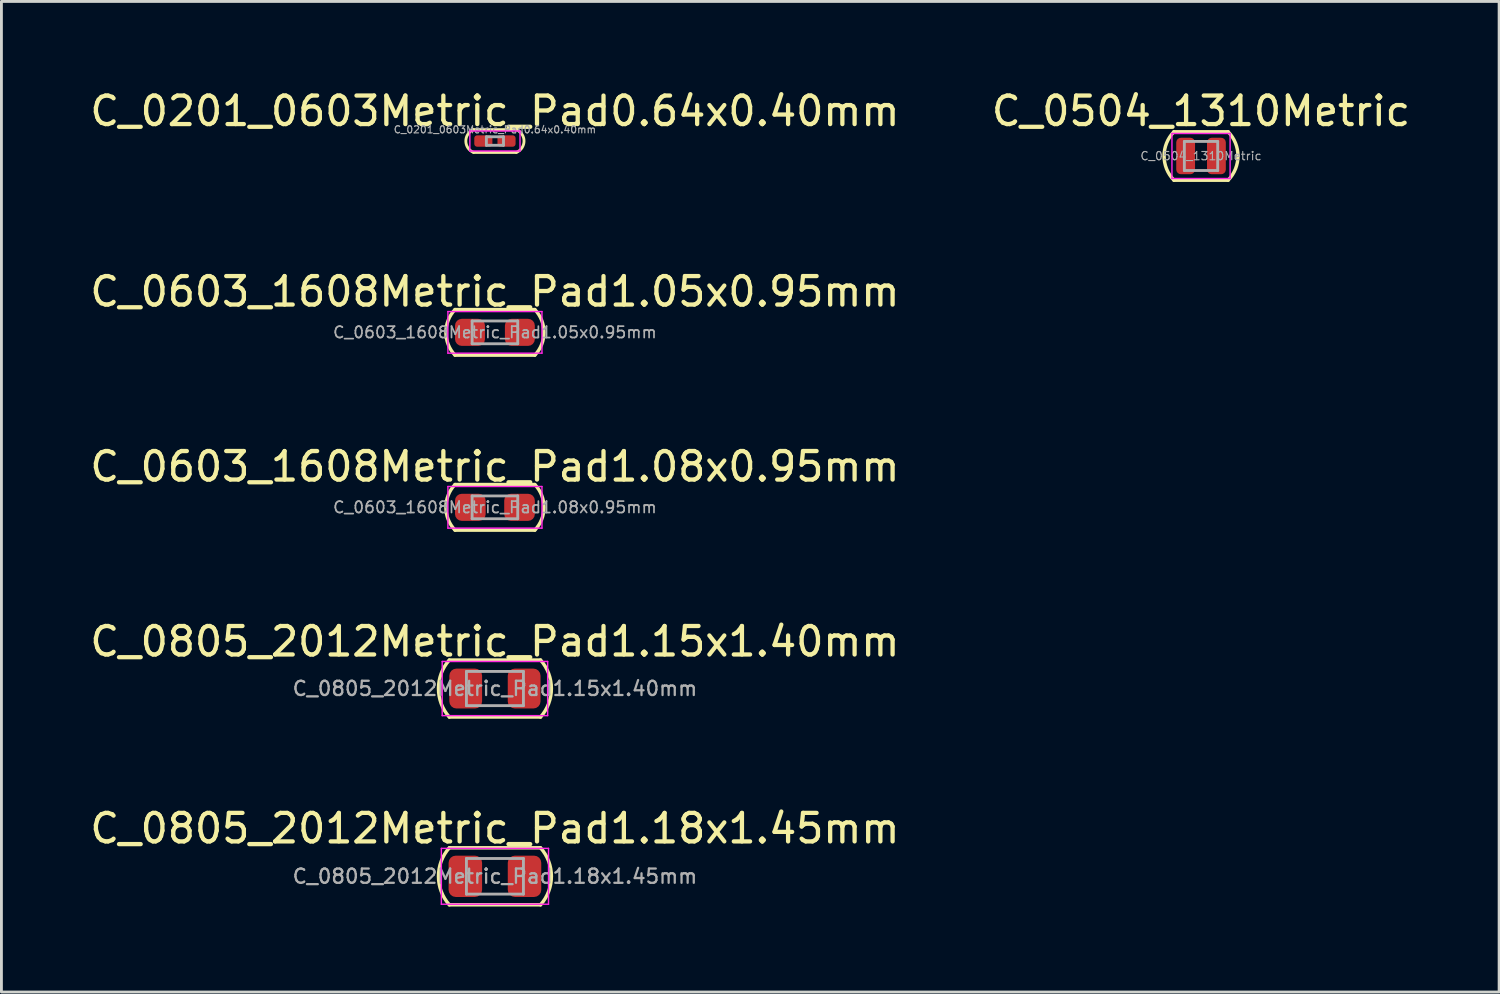
<source format=kicad_pcb>
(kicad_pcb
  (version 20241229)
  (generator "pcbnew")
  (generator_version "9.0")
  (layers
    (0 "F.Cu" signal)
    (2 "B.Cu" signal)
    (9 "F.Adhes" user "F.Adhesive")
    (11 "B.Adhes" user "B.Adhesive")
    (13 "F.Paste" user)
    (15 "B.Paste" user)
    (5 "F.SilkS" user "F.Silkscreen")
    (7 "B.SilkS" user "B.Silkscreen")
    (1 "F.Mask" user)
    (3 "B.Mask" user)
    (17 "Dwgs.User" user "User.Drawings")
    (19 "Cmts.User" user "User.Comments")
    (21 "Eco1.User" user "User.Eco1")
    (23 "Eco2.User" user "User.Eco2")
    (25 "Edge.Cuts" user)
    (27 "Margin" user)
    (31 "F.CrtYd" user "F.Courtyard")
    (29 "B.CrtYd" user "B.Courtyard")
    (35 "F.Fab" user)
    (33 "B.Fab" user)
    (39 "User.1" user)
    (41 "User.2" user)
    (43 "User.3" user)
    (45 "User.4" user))
  (footprint "C_0603_1608Metric_Pad1.05x0.95mm"
    (layer "F.Cu")
    (at 14.315 8.611)
    (property "Reference" "C_0603_1608Metric_Pad1.05x0.95mm" (at 0 -1.43 0) (layer "F.SilkS") (effects (font (size 1 1) (thickness 0.15))))
    (attr smd)
    (fp_line (start -1.4 0.8) (end 1.4 0.8) (stroke (width 0.12) (type solid)) (layer "F.SilkS"))
    (fp_line (start 1.4 -0.8) (end -1.4 -0.8) (stroke (width 0.12) (type solid)) (layer "F.SilkS"))
    (fp_arc (start -1.4 0.800002) (mid -1.719939 0.000001) (end -1.4 -0.8) (stroke (width 0.12) (type solid)) (layer "F.SilkS"))
    (fp_arc (start 1.4 -0.800002) (mid 1.719939 -0.000001) (end 1.4 0.8) (stroke (width 0.12) (type solid)) (layer "F.SilkS"))
    (fp_line (start -1.65 -0.73) (end 1.65 -0.73) (stroke (width 0.05) (type solid)) (layer "F.CrtYd"))
    (fp_line (start -1.65 0.73) (end -1.65 -0.73) (stroke (width 0.05) (type solid)) (layer "F.CrtYd"))
    (fp_line (start 1.65 -0.73) (end 1.65 0.73) (stroke (width 0.05) (type solid)) (layer "F.CrtYd"))
    (fp_line (start 1.65 0.73) (end -1.65 0.73) (stroke (width 0.05) (type solid)) (layer "F.CrtYd"))
    (fp_line (start -0.8 -0.4) (end 0.8 -0.4) (stroke (width 0.1) (type solid)) (layer "F.Fab"))
    (fp_line (start -0.8 0.4) (end -0.8 -0.4) (stroke (width 0.1) (type solid)) (layer "F.Fab"))
    (fp_line (start 0.8 -0.4) (end 0.8 0.4) (stroke (width 0.1) (type solid)) (layer "F.Fab"))
    (fp_line (start 0.8 0.4) (end -0.8 0.4) (stroke (width 0.1) (type solid)) (layer "F.Fab"))
    (fp_text user "${REFERENCE}" (at 0 0 0) (layer "F.Fab") (effects (font (size 0.4 0.4) (thickness 0.06))))
    (pad "1" smd roundrect (at -0.875 0) (size 1.05 0.95) (layers "F.Cu" "F.Mask" "F.Paste") (roundrect_rratio 0.25))
    (pad "2" smd roundrect (at 0.875 0) (size 1.05 0.95) (layers "F.Cu" "F.Mask" "F.Paste") (roundrect_rratio 0.25)))
  (footprint "C_0504_1310Metric"
    (layer "F.Cu")
    (at 39.089 2.423)
    (property "Reference" "C_0504_1310Metric" (at 0 -1.575 0) (layer "F.SilkS") (effects (font (size 1 1) (thickness 0.15))))
    (attr smd)
    (fp_line (start -0.95 0.85) (end 0.95 0.85) (stroke (width 0.12) (type solid)) (layer "F.SilkS"))
    (fp_line (start 0.95 -0.85) (end -0.95 -0.85) (stroke (width 0.12) (type solid)) (layer "F.SilkS"))
    (fp_arc (start -0.95 0.85) (mid -1.29624 0) (end -0.95 -0.85) (stroke (width 0.12) (type solid)) (layer "F.SilkS"))
    (fp_arc (start 0.95 -0.849999) (mid 1.29624 0.000001) (end 0.95 0.85) (stroke (width 0.12) (type solid)) (layer "F.SilkS"))
    (fp_line (start -1.02 -0.79) (end 1.02 -0.79) (stroke (width 0.05) (type solid)) (layer "F.CrtYd"))
    (fp_line (start -1.02 0.79) (end -1.02 -0.79) (stroke (width 0.05) (type solid)) (layer "F.CrtYd"))
    (fp_line (start 1.02 -0.79) (end 1.02 0.79) (stroke (width 0.05) (type solid)) (layer "F.CrtYd"))
    (fp_line (start 1.02 0.79) (end -1.02 0.79) (stroke (width 0.05) (type solid)) (layer "F.CrtYd"))
    (fp_line (start -0.585 -0.51) (end 0.585 -0.51) (stroke (width 0.1) (type solid)) (layer "F.Fab"))
    (fp_line (start -0.585 0.51) (end -0.585 -0.51) (stroke (width 0.1) (type solid)) (layer "F.Fab"))
    (fp_line (start 0.585 -0.51) (end 0.585 0.51) (stroke (width 0.1) (type solid)) (layer "F.Fab"))
    (fp_line (start 0.585 0.51) (end -0.585 0.51) (stroke (width 0.1) (type solid)) (layer "F.Fab"))
    (fp_text user "${REFERENCE}" (at 0 0 0) (layer "F.Fab") (effects (font (size 0.29 0.29) (thickness 0.04))))
    (pad "1" smd roundrect (at -0.54 0) (size 0.66 1.28) (layers "F.Cu" "F.Mask" "F.Paste") (roundrect_rratio 0.25))
    (pad "2" smd roundrect (at 0.54 0) (size 0.66 1.28) (layers "F.Cu" "F.Mask" "F.Paste") (roundrect_rratio 0.25)))
  (footprint "C_0603_1608Metric_Pad1.08x0.95mm"
    (layer "F.Cu")
    (at 14.315 14.75)
    (property "Reference" "C_0603_1608Metric_Pad1.08x0.95mm" (at 0 -1.43 0) (layer "F.SilkS") (effects (font (size 1 1) (thickness 0.15))))
    (attr smd)
    (fp_line (start -1.4 0.8) (end 1.4 0.8) (stroke (width 0.12) (type solid)) (layer "F.SilkS"))
    (fp_line (start 1.4 -0.8) (end -1.4 -0.8) (stroke (width 0.12) (type solid)) (layer "F.SilkS"))
    (fp_arc (start -1.4 0.800002) (mid -1.719939 0.000001) (end -1.4 -0.8) (stroke (width 0.12) (type solid)) (layer "F.SilkS"))
    (fp_arc (start 1.4 -0.800001) (mid 1.719939 0) (end 1.4 0.800001) (stroke (width 0.12) (type solid)) (layer "F.SilkS"))
    (fp_line (start -1.65 -0.73) (end 1.65 -0.73) (stroke (width 0.05) (type solid)) (layer "F.CrtYd"))
    (fp_line (start -1.65 0.73) (end -1.65 -0.73) (stroke (width 0.05) (type solid)) (layer "F.CrtYd"))
    (fp_line (start 1.65 -0.73) (end 1.65 0.73) (stroke (width 0.05) (type solid)) (layer "F.CrtYd"))
    (fp_line (start 1.65 0.73) (end -1.65 0.73) (stroke (width 0.05) (type solid)) (layer "F.CrtYd"))
    (fp_line (start -0.8 -0.4) (end 0.8 -0.4) (stroke (width 0.1) (type solid)) (layer "F.Fab"))
    (fp_line (start -0.8 0.4) (end -0.8 -0.4) (stroke (width 0.1) (type solid)) (layer "F.Fab"))
    (fp_line (start 0.8 -0.4) (end 0.8 0.4) (stroke (width 0.1) (type solid)) (layer "F.Fab"))
    (fp_line (start 0.8 0.4) (end -0.8 0.4) (stroke (width 0.1) (type solid)) (layer "F.Fab"))
    (fp_text user "${REFERENCE}" (at 0 0 0) (layer "F.Fab") (effects (font (size 0.4 0.4) (thickness 0.06))))
    (pad "1" smd roundrect (at -0.863 0) (size 1.075 0.95) (layers "F.Cu" "F.Mask" "F.Paste") (roundrect_rratio 0.25))
    (pad "2" smd roundrect (at 0.863 0) (size 1.075 0.95) (layers "F.Cu" "F.Mask" "F.Paste") (roundrect_rratio 0.25)))
  (footprint "C_0201_0603Metric_Pad0.64x0.40mm"
    (layer "F.Cu")
    (at 14.315 1.898)
    (property "Reference" "C_0201_0603Metric_Pad0.64x0.40mm" (at 0 -1.05 0) (layer "F.SilkS") (effects (font (size 1 1) (thickness 0.15))))
    (attr smd)
    (fp_line (start -0.75 0.4) (end 0.75 0.4) (stroke (width 0.1) (type solid)) (layer "F.SilkS"))
    (fp_line (start 0.75 -0.4) (end -0.75 -0.4) (stroke (width 0.1) (type solid)) (layer "F.SilkS"))
    (fp_arc (start -0.75 0.399998) (mid -1.020814 -0.000001) (end -0.75 -0.4) (stroke (width 0.1) (type solid)) (layer "F.SilkS"))
    (fp_arc (start 0.75 -0.4) (mid 1.020814 0) (end 0.75 0.4) (stroke (width 0.1) (type solid)) (layer "F.SilkS"))
    (fp_line (start -0.88 -0.35) (end 0.88 -0.35) (stroke (width 0.05) (type solid)) (layer "F.CrtYd"))
    (fp_line (start -0.88 0.35) (end -0.88 -0.35) (stroke (width 0.05) (type solid)) (layer "F.CrtYd"))
    (fp_line (start 0.88 -0.35) (end 0.88 0.35) (stroke (width 0.05) (type solid)) (layer "F.CrtYd"))
    (fp_line (start 0.88 0.35) (end -0.88 0.35) (stroke (width 0.05) (type solid)) (layer "F.CrtYd"))
    (fp_line (start -0.3 -0.15) (end 0.3 -0.15) (stroke (width 0.1) (type solid)) (layer "F.Fab"))
    (fp_line (start -0.3 0.15) (end -0.3 -0.15) (stroke (width 0.1) (type solid)) (layer "F.Fab"))
    (fp_line (start 0.3 -0.15) (end 0.3 0.15) (stroke (width 0.1) (type solid)) (layer "F.Fab"))
    (fp_line (start 0.3 0.15) (end -0.3 0.15) (stroke (width 0.1) (type solid)) (layer "F.Fab"))
    (fp_text user "${REFERENCE}" (at 0 -0.4 0) (layer "F.Fab") (effects (font (size 0.25 0.25) (thickness 0.04))))
    (pad "" smd roundrect (at -0.432 0) (size 0.458 0.36) (layers "F.Paste") (roundrect_rratio 0.25))
    (pad "" smd roundrect (at 0.432 0) (size 0.458 0.36) (layers "F.Paste") (roundrect_rratio 0.25))
    (pad "1" smd roundrect (at -0.407 0) (size 0.635 0.4) (layers "F.Cu" "F.Mask") (roundrect_rratio 0.25))
    (pad "2" smd roundrect (at 0.407 0) (size 0.635 0.4) (layers "F.Cu" "F.Mask") (roundrect_rratio 0.25)))
  (footprint "C_0805_2012Metric_Pad1.18x1.45mm"
    (layer "F.Cu")
    (at 14.315 27.696)
    (property "Reference" "C_0805_2012Metric_Pad1.18x1.45mm" (at 0 -1.68 0) (layer "F.SilkS") (effects (font (size 1 1) (thickness 0.15))))
    (attr smd)
    (fp_line (start -1.6 1) (end 1.6 1) (stroke (width 0.12) (type solid)) (layer "F.SilkS"))
    (fp_line (start 1.6 -1) (end -1.6 -1) (stroke (width 0.12) (type solid)) (layer "F.SilkS"))
    (fp_arc (start -1.6 1) (mid -1.980894 0) (end -1.6 -1) (stroke (width 0.12) (type solid)) (layer "F.SilkS"))
    (fp_arc (start 1.6 -1) (mid 1.980894 0) (end 1.6 1) (stroke (width 0.12) (type solid)) (layer "F.SilkS"))
    (fp_line (start -1.88 -0.98) (end 1.88 -0.98) (stroke (width 0.05) (type solid)) (layer "F.CrtYd"))
    (fp_line (start -1.88 0.98) (end -1.88 -0.98) (stroke (width 0.05) (type solid)) (layer "F.CrtYd"))
    (fp_line (start 1.88 -0.98) (end 1.88 0.98) (stroke (width 0.05) (type solid)) (layer "F.CrtYd"))
    (fp_line (start 1.88 0.98) (end -1.88 0.98) (stroke (width 0.05) (type solid)) (layer "F.CrtYd"))
    (fp_line (start -1 -0.625) (end 1 -0.625) (stroke (width 0.1) (type solid)) (layer "F.Fab"))
    (fp_line (start -1 0.625) (end -1 -0.625) (stroke (width 0.1) (type solid)) (layer "F.Fab"))
    (fp_line (start 1 -0.625) (end 1 0.625) (stroke (width 0.1) (type solid)) (layer "F.Fab"))
    (fp_line (start 1 0.625) (end -1 0.625) (stroke (width 0.1) (type solid)) (layer "F.Fab"))
    (fp_text user "${REFERENCE}" (at 0 0 0) (layer "F.Fab") (effects (font (size 0.5 0.5) (thickness 0.08))))
    (pad "1" smd roundrect (at -1.038 0) (size 1.175 1.45) (layers "F.Cu" "F.Mask" "F.Paste") (roundrect_rratio 0.213))
    (pad "2" smd roundrect (at 1.038 0) (size 1.175 1.45) (layers "F.Cu" "F.Mask" "F.Paste") (roundrect_rratio 0.213)))
  (footprint "C_0805_2012Metric_Pad1.15x1.40mm"
    (layer "F.Cu")
    (at 14.315 21.108)
    (property "Reference" "C_0805_2012Metric_Pad1.15x1.40mm" (at 0 -1.65 0) (layer "F.SilkS") (effects (font (size 1 1) (thickness 0.15))))
    (attr smd)
    (fp_line (start -1.6 1) (end 1.6 1) (stroke (width 0.12) (type solid)) (layer "F.SilkS"))
    (fp_line (start 1.6 -1) (end -1.6 -1) (stroke (width 0.12) (type solid)) (layer "F.SilkS"))
    (fp_arc (start -1.6 1) (mid -1.980894 0) (end -1.6 -1) (stroke (width 0.12) (type solid)) (layer "F.SilkS"))
    (fp_arc (start 1.6 -1) (mid 1.980894 0) (end 1.6 1) (stroke (width 0.12) (type solid)) (layer "F.SilkS"))
    (fp_line (start -1.85 -0.95) (end 1.85 -0.95) (stroke (width 0.05) (type solid)) (layer "F.CrtYd"))
    (fp_line (start -1.85 0.95) (end -1.85 -0.95) (stroke (width 0.05) (type solid)) (layer "F.CrtYd"))
    (fp_line (start 1.85 -0.95) (end 1.85 0.95) (stroke (width 0.05) (type solid)) (layer "F.CrtYd"))
    (fp_line (start 1.85 0.95) (end -1.85 0.95) (stroke (width 0.05) (type solid)) (layer "F.CrtYd"))
    (fp_line (start -1 -0.6) (end 1 -0.6) (stroke (width 0.1) (type solid)) (layer "F.Fab"))
    (fp_line (start -1 0.6) (end -1 -0.6) (stroke (width 0.1) (type solid)) (layer "F.Fab"))
    (fp_line (start 1 -0.6) (end 1 0.6) (stroke (width 0.1) (type solid)) (layer "F.Fab"))
    (fp_line (start 1 0.6) (end -1 0.6) (stroke (width 0.1) (type solid)) (layer "F.Fab"))
    (fp_text user "${REFERENCE}" (at 0 0 0) (layer "F.Fab") (effects (font (size 0.5 0.5) (thickness 0.08))))
    (pad "1" smd roundrect (at -1.025 0) (size 1.15 1.4) (layers "F.Cu" "F.Mask" "F.Paste") (roundrect_rratio 0.217))
    (pad "2" smd roundrect (at 1.025 0) (size 1.15 1.4) (layers "F.Cu" "F.Mask" "F.Paste") (roundrect_rratio 0.217)))
  (gr_rect
    (start -3 -3)
    (end 49.548 31.756)
    (stroke (width 0.1) (type default))
    (fill no)
    (layer "Edge.Cuts")))
</source>
